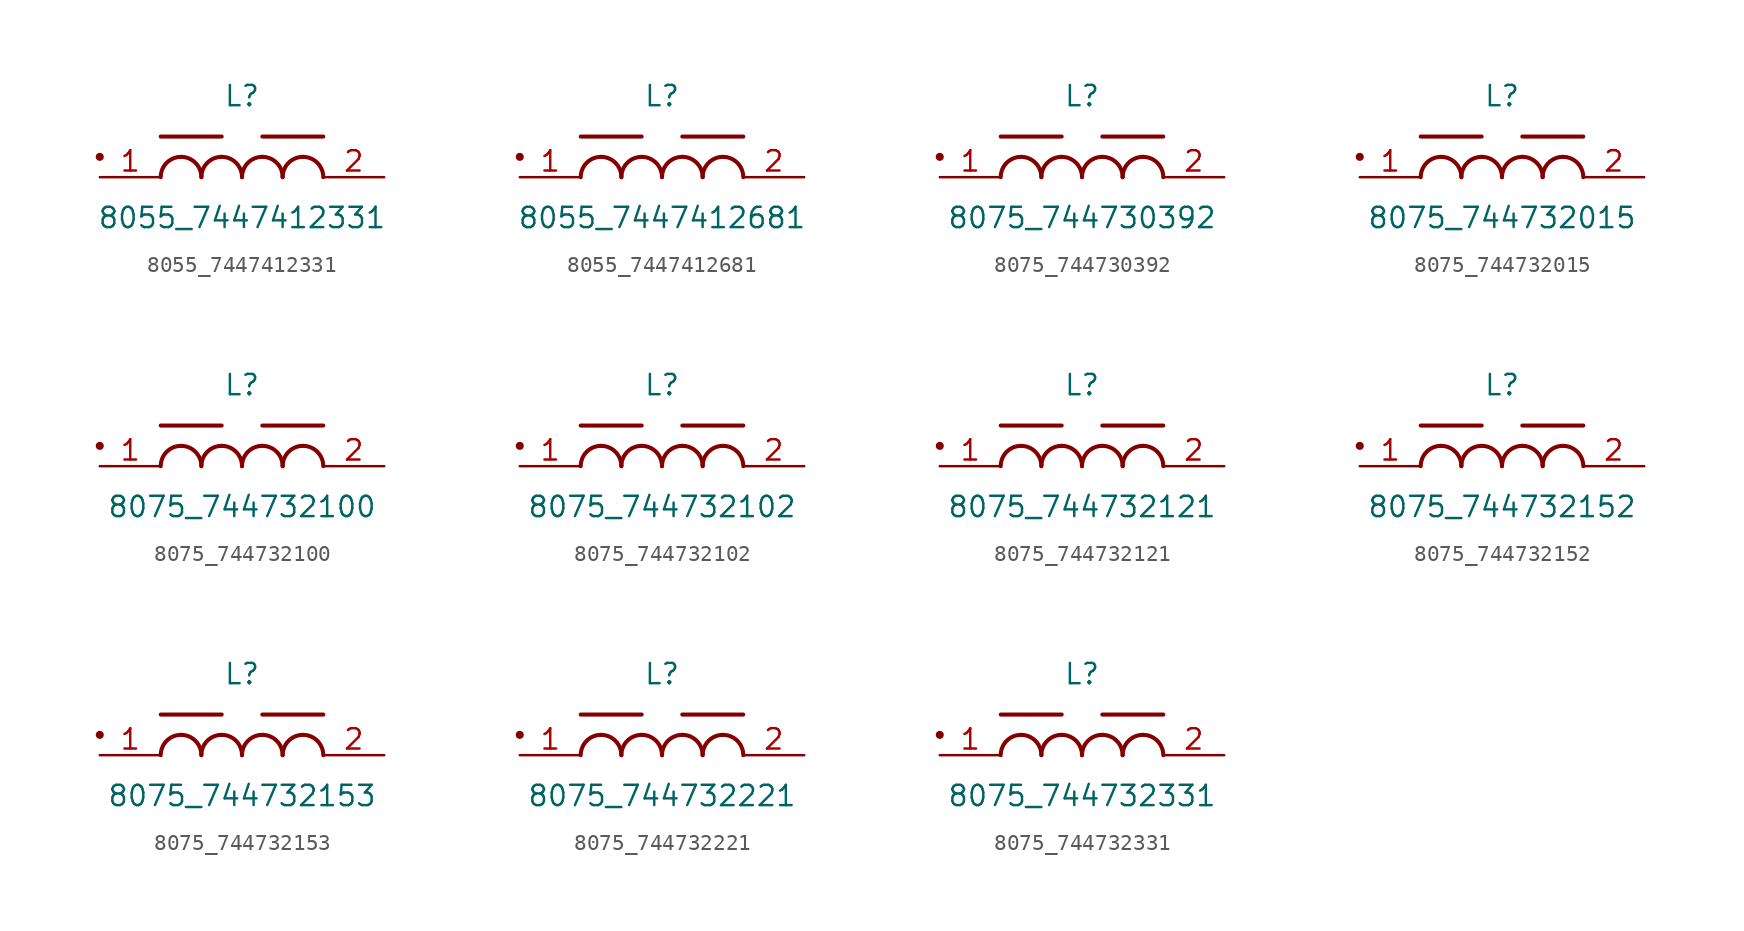
<source format=kicad_sym>
(kicad_symbol_lib
  (version 20211014)
  (generator kicad_symbol_editor)
  (symbol "Inductor_Wurth_WE-TI:8055_7447412331"
    (pin_names hide)
    (property "Reference" "L"
      (at 0 5.08 0)
      (effects (font (size 1.27 1.27))))
    (property "Value" "8055_7447412331"
      (at 0 -2.54 0)
      (effects (font (size 1.27 1.27))))
    (symbol "8055_7447412331_0_1"
      (circle (center -8.89 1.27) (radius 0.0001) (stroke (width 0.254)) (stroke (width 0.254) (type default) (color 0 0 0 0)) (fill (type none)))
      (arc (start -3.81 1.27) (mid -4.708 0.898) (end -5.08 0) (stroke (width 0.254) (type default) (color 0 0 0 0)) (fill (type none)))
      (arc (start -2.54 0) (mid -2.912 0.898) (end -3.81 1.27) (stroke (width 0.254) (type default) (color 0 0 0 0)) (fill (type none)))
      (arc (start -1.2699 1.2701) (mid -2.1679 0.8981) (end -2.5399 0.0001) (stroke (width 0.254) (type default) (color 0 0 0 0)) (fill (type none)))
      (polyline (pts (xy -5.08 2.54) (xy -1.27 2.54)) (stroke (width 0.254) (type default) (color 0 0 0 0)) (fill (type none)))
      (polyline (pts (xy 5.08 2.54) (xy 1.27 2.54)) (stroke (width 0.254) (type default) (color 0 0 0 0)) (fill (type none)))
      (arc (start 0.0001 0.0001) (mid -0.3719 0.8981) (end -1.2699 1.2701) (stroke (width 0.254) (type default) (color 0 0 0 0)) (fill (type none)))
      (arc (start 1.2701 1.2701) (mid 0.3721 0.8981) (end 0.0001 0.0001) (stroke (width 0.254) (type default) (color 0 0 0 0)) (fill (type none)))
      (arc (start 2.5401 0.0001) (mid 2.1681 0.8981) (end 1.2701 1.2701) (stroke (width 0.254) (type default) (color 0 0 0 0)) (fill (type none)))
      (arc (start 3.8101 1.2701) (mid 2.9121 0.8981) (end 2.5401 0.0001) (stroke (width 0.254) (type default) (color 0 0 0 0)) (fill (type none)))
      (arc (start 5.0801 0.0001) (mid 4.7081 0.8981) (end 3.8101 1.2701) (stroke (width 0.254) (type default) (color 0 0 0 0)) (fill (type none))))
    (symbol "8055_7447412331_1_1"
      (pin passive line (at -8.89 0 0) (length 3.81) (name "1" (effects (font (size 1.27 1.27)))) (number "1" (effects (font (size 1.27 1.27)))))
      (pin passive line (at 8.89 0 180) (length 3.81) (name "2" (effects (font (size 1.27 1.27)))) (number "2" (effects (font (size 1.27 1.27)))))))
  (symbol "Inductor_Wurth_WE-TI:8055_7447412681"
    (pin_names hide)
    (property "Reference" "L"
      (at 0 5.08 0)
      (effects (font (size 1.27 1.27))))
    (property "Value" "8055_7447412681"
      (at 0 -2.54 0)
      (effects (font (size 1.27 1.27))))
    (symbol "8055_7447412681_0_1"
      (circle (center -8.89 1.27) (radius 0.0001) (stroke (width 0.254)) (stroke (width 0.254) (type default) (color 0 0 0 0)) (fill (type none)))
      (arc (start -3.81 1.27) (mid -4.708 0.898) (end -5.08 0) (stroke (width 0.254) (type default) (color 0 0 0 0)) (fill (type none)))
      (arc (start -2.54 0) (mid -2.912 0.898) (end -3.81 1.27) (stroke (width 0.254) (type default) (color 0 0 0 0)) (fill (type none)))
      (arc (start -1.2699 1.2701) (mid -2.1679 0.8981) (end -2.5399 0.0001) (stroke (width 0.254) (type default) (color 0 0 0 0)) (fill (type none)))
      (polyline (pts (xy -5.08 2.54) (xy -1.27 2.54)) (stroke (width 0.254) (type default) (color 0 0 0 0)) (fill (type none)))
      (polyline (pts (xy 5.08 2.54) (xy 1.27 2.54)) (stroke (width 0.254) (type default) (color 0 0 0 0)) (fill (type none)))
      (arc (start 0.0001 0.0001) (mid -0.3719 0.8981) (end -1.2699 1.2701) (stroke (width 0.254) (type default) (color 0 0 0 0)) (fill (type none)))
      (arc (start 1.2701 1.2701) (mid 0.3721 0.8981) (end 0.0001 0.0001) (stroke (width 0.254) (type default) (color 0 0 0 0)) (fill (type none)))
      (arc (start 2.5401 0.0001) (mid 2.1681 0.8981) (end 1.2701 1.2701) (stroke (width 0.254) (type default) (color 0 0 0 0)) (fill (type none)))
      (arc (start 3.8101 1.2701) (mid 2.9121 0.8981) (end 2.5401 0.0001) (stroke (width 0.254) (type default) (color 0 0 0 0)) (fill (type none)))
      (arc (start 5.0801 0.0001) (mid 4.7081 0.8981) (end 3.8101 1.2701) (stroke (width 0.254) (type default) (color 0 0 0 0)) (fill (type none))))
    (symbol "8055_7447412681_1_1"
      (pin passive line (at -8.89 0 0) (length 3.81) (name "1" (effects (font (size 1.27 1.27)))) (number "1" (effects (font (size 1.27 1.27)))))
      (pin passive line (at 8.89 0 180) (length 3.81) (name "2" (effects (font (size 1.27 1.27)))) (number "2" (effects (font (size 1.27 1.27)))))))
  (symbol "Inductor_Wurth_WE-TI:8075_744730392"
    (pin_names hide)
    (property "Reference" "L"
      (at 0 5.08 0)
      (effects (font (size 1.27 1.27))))
    (property "Value" "8075_744730392"
      (at 0 -2.54 0)
      (effects (font (size 1.27 1.27))))
    (symbol "8075_744730392_0_1"
      (circle (center -8.89 1.27) (radius 0.0001) (stroke (width 0.254)) (stroke (width 0.254) (type default) (color 0 0 0 0)) (fill (type none)))
      (arc (start -3.81 1.27) (mid -4.708 0.898) (end -5.08 0) (stroke (width 0.254) (type default) (color 0 0 0 0)) (fill (type none)))
      (arc (start -2.54 0) (mid -2.912 0.898) (end -3.81 1.27) (stroke (width 0.254) (type default) (color 0 0 0 0)) (fill (type none)))
      (arc (start -1.2699 1.2701) (mid -2.1679 0.8981) (end -2.5399 0.0001) (stroke (width 0.254) (type default) (color 0 0 0 0)) (fill (type none)))
      (polyline (pts (xy -5.08 2.54) (xy -1.27 2.54)) (stroke (width 0.254) (type default) (color 0 0 0 0)) (fill (type none)))
      (polyline (pts (xy 5.08 2.54) (xy 1.27 2.54)) (stroke (width 0.254) (type default) (color 0 0 0 0)) (fill (type none)))
      (arc (start 0.0001 0.0001) (mid -0.3719 0.8981) (end -1.2699 1.2701) (stroke (width 0.254) (type default) (color 0 0 0 0)) (fill (type none)))
      (arc (start 1.2701 1.2701) (mid 0.3721 0.8981) (end 0.0001 0.0001) (stroke (width 0.254) (type default) (color 0 0 0 0)) (fill (type none)))
      (arc (start 2.5401 0.0001) (mid 2.1681 0.8981) (end 1.2701 1.2701) (stroke (width 0.254) (type default) (color 0 0 0 0)) (fill (type none)))
      (arc (start 3.8101 1.2701) (mid 2.9121 0.8981) (end 2.5401 0.0001) (stroke (width 0.254) (type default) (color 0 0 0 0)) (fill (type none)))
      (arc (start 5.0801 0.0001) (mid 4.7081 0.8981) (end 3.8101 1.2701) (stroke (width 0.254) (type default) (color 0 0 0 0)) (fill (type none))))
    (symbol "8075_744730392_1_1"
      (pin passive line (at -8.89 0 0) (length 3.81) (name "1" (effects (font (size 1.27 1.27)))) (number "1" (effects (font (size 1.27 1.27)))))
      (pin passive line (at 8.89 0 180) (length 3.81) (name "2" (effects (font (size 1.27 1.27)))) (number "2" (effects (font (size 1.27 1.27)))))))
  (symbol "Inductor_Wurth_WE-TI:8075_744732015"
    (pin_names hide)
    (property "Reference" "L"
      (at 0 5.08 0)
      (effects (font (size 1.27 1.27))))
    (property "Value" "8075_744732015"
      (at 0 -2.54 0)
      (effects (font (size 1.27 1.27))))
    (symbol "8075_744732015_0_1"
      (circle (center -8.89 1.27) (radius 0.0001) (stroke (width 0.254)) (stroke (width 0.254) (type default) (color 0 0 0 0)) (fill (type none)))
      (arc (start -3.81 1.27) (mid -4.708 0.898) (end -5.08 0) (stroke (width 0.254) (type default) (color 0 0 0 0)) (fill (type none)))
      (arc (start -2.54 0) (mid -2.912 0.898) (end -3.81 1.27) (stroke (width 0.254) (type default) (color 0 0 0 0)) (fill (type none)))
      (arc (start -1.2699 1.2701) (mid -2.1679 0.8981) (end -2.5399 0.0001) (stroke (width 0.254) (type default) (color 0 0 0 0)) (fill (type none)))
      (polyline (pts (xy -5.08 2.54) (xy -1.27 2.54)) (stroke (width 0.254) (type default) (color 0 0 0 0)) (fill (type none)))
      (polyline (pts (xy 5.08 2.54) (xy 1.27 2.54)) (stroke (width 0.254) (type default) (color 0 0 0 0)) (fill (type none)))
      (arc (start 0.0001 0.0001) (mid -0.3719 0.8981) (end -1.2699 1.2701) (stroke (width 0.254) (type default) (color 0 0 0 0)) (fill (type none)))
      (arc (start 1.2701 1.2701) (mid 0.3721 0.8981) (end 0.0001 0.0001) (stroke (width 0.254) (type default) (color 0 0 0 0)) (fill (type none)))
      (arc (start 2.5401 0.0001) (mid 2.1681 0.8981) (end 1.2701 1.2701) (stroke (width 0.254) (type default) (color 0 0 0 0)) (fill (type none)))
      (arc (start 3.8101 1.2701) (mid 2.9121 0.8981) (end 2.5401 0.0001) (stroke (width 0.254) (type default) (color 0 0 0 0)) (fill (type none)))
      (arc (start 5.0801 0.0001) (mid 4.7081 0.8981) (end 3.8101 1.2701) (stroke (width 0.254) (type default) (color 0 0 0 0)) (fill (type none))))
    (symbol "8075_744732015_1_1"
      (pin passive line (at -8.89 0 0) (length 3.81) (name "1" (effects (font (size 1.27 1.27)))) (number "1" (effects (font (size 1.27 1.27)))))
      (pin passive line (at 8.89 0 180) (length 3.81) (name "2" (effects (font (size 1.27 1.27)))) (number "2" (effects (font (size 1.27 1.27)))))))
  (symbol "Inductor_Wurth_WE-TI:8075_744732100"
    (pin_names hide)
    (property "Reference" "L"
      (at 0 5.08 0)
      (effects (font (size 1.27 1.27))))
    (property "Value" "8075_744732100"
      (at 0 -2.54 0)
      (effects (font (size 1.27 1.27))))
    (symbol "8075_744732100_0_1"
      (circle (center -8.89 1.27) (radius 0.0001) (stroke (width 0.254)) (stroke (width 0.254) (type default) (color 0 0 0 0)) (fill (type none)))
      (arc (start -3.81 1.27) (mid -4.708 0.898) (end -5.08 0) (stroke (width 0.254) (type default) (color 0 0 0 0)) (fill (type none)))
      (arc (start -2.54 0) (mid -2.912 0.898) (end -3.81 1.27) (stroke (width 0.254) (type default) (color 0 0 0 0)) (fill (type none)))
      (arc (start -1.2699 1.2701) (mid -2.1679 0.8981) (end -2.5399 0.0001) (stroke (width 0.254) (type default) (color 0 0 0 0)) (fill (type none)))
      (polyline (pts (xy -5.08 2.54) (xy -1.27 2.54)) (stroke (width 0.254) (type default) (color 0 0 0 0)) (fill (type none)))
      (polyline (pts (xy 5.08 2.54) (xy 1.27 2.54)) (stroke (width 0.254) (type default) (color 0 0 0 0)) (fill (type none)))
      (arc (start 0.0001 0.0001) (mid -0.3719 0.8981) (end -1.2699 1.2701) (stroke (width 0.254) (type default) (color 0 0 0 0)) (fill (type none)))
      (arc (start 1.2701 1.2701) (mid 0.3721 0.8981) (end 0.0001 0.0001) (stroke (width 0.254) (type default) (color 0 0 0 0)) (fill (type none)))
      (arc (start 2.5401 0.0001) (mid 2.1681 0.8981) (end 1.2701 1.2701) (stroke (width 0.254) (type default) (color 0 0 0 0)) (fill (type none)))
      (arc (start 3.8101 1.2701) (mid 2.9121 0.8981) (end 2.5401 0.0001) (stroke (width 0.254) (type default) (color 0 0 0 0)) (fill (type none)))
      (arc (start 5.0801 0.0001) (mid 4.7081 0.8981) (end 3.8101 1.2701) (stroke (width 0.254) (type default) (color 0 0 0 0)) (fill (type none))))
    (symbol "8075_744732100_1_1"
      (pin passive line (at -8.89 0 0) (length 3.81) (name "1" (effects (font (size 1.27 1.27)))) (number "1" (effects (font (size 1.27 1.27)))))
      (pin passive line (at 8.89 0 180) (length 3.81) (name "2" (effects (font (size 1.27 1.27)))) (number "2" (effects (font (size 1.27 1.27)))))))
  (symbol "Inductor_Wurth_WE-TI:8075_744732102"
    (pin_names hide)
    (property "Reference" "L"
      (at 0 5.08 0)
      (effects (font (size 1.27 1.27))))
    (property "Value" "8075_744732102"
      (at 0 -2.54 0)
      (effects (font (size 1.27 1.27))))
    (symbol "8075_744732102_0_1"
      (circle (center -8.89 1.27) (radius 0.0001) (stroke (width 0.254)) (stroke (width 0.254) (type default) (color 0 0 0 0)) (fill (type none)))
      (arc (start -3.81 1.27) (mid -4.708 0.898) (end -5.08 0) (stroke (width 0.254) (type default) (color 0 0 0 0)) (fill (type none)))
      (arc (start -2.54 0) (mid -2.912 0.898) (end -3.81 1.27) (stroke (width 0.254) (type default) (color 0 0 0 0)) (fill (type none)))
      (arc (start -1.2699 1.2701) (mid -2.1679 0.8981) (end -2.5399 0.0001) (stroke (width 0.254) (type default) (color 0 0 0 0)) (fill (type none)))
      (polyline (pts (xy -5.08 2.54) (xy -1.27 2.54)) (stroke (width 0.254) (type default) (color 0 0 0 0)) (fill (type none)))
      (polyline (pts (xy 5.08 2.54) (xy 1.27 2.54)) (stroke (width 0.254) (type default) (color 0 0 0 0)) (fill (type none)))
      (arc (start 0.0001 0.0001) (mid -0.3719 0.8981) (end -1.2699 1.2701) (stroke (width 0.254) (type default) (color 0 0 0 0)) (fill (type none)))
      (arc (start 1.2701 1.2701) (mid 0.3721 0.8981) (end 0.0001 0.0001) (stroke (width 0.254) (type default) (color 0 0 0 0)) (fill (type none)))
      (arc (start 2.5401 0.0001) (mid 2.1681 0.8981) (end 1.2701 1.2701) (stroke (width 0.254) (type default) (color 0 0 0 0)) (fill (type none)))
      (arc (start 3.8101 1.2701) (mid 2.9121 0.8981) (end 2.5401 0.0001) (stroke (width 0.254) (type default) (color 0 0 0 0)) (fill (type none)))
      (arc (start 5.0801 0.0001) (mid 4.7081 0.8981) (end 3.8101 1.2701) (stroke (width 0.254) (type default) (color 0 0 0 0)) (fill (type none))))
    (symbol "8075_744732102_1_1"
      (pin passive line (at -8.89 0 0) (length 3.81) (name "1" (effects (font (size 1.27 1.27)))) (number "1" (effects (font (size 1.27 1.27)))))
      (pin passive line (at 8.89 0 180) (length 3.81) (name "2" (effects (font (size 1.27 1.27)))) (number "2" (effects (font (size 1.27 1.27)))))))
  (symbol "Inductor_Wurth_WE-TI:8075_744732121"
    (pin_names hide)
    (property "Reference" "L"
      (at 0 5.08 0)
      (effects (font (size 1.27 1.27))))
    (property "Value" "8075_744732121"
      (at 0 -2.54 0)
      (effects (font (size 1.27 1.27))))
    (symbol "8075_744732121_0_1"
      (circle (center -8.89 1.27) (radius 0.0001) (stroke (width 0.254)) (stroke (width 0.254) (type default) (color 0 0 0 0)) (fill (type none)))
      (arc (start -3.81 1.27) (mid -4.708 0.898) (end -5.08 0) (stroke (width 0.254) (type default) (color 0 0 0 0)) (fill (type none)))
      (arc (start -2.54 0) (mid -2.912 0.898) (end -3.81 1.27) (stroke (width 0.254) (type default) (color 0 0 0 0)) (fill (type none)))
      (arc (start -1.2699 1.2701) (mid -2.1679 0.8981) (end -2.5399 0.0001) (stroke (width 0.254) (type default) (color 0 0 0 0)) (fill (type none)))
      (polyline (pts (xy -5.08 2.54) (xy -1.27 2.54)) (stroke (width 0.254) (type default) (color 0 0 0 0)) (fill (type none)))
      (polyline (pts (xy 5.08 2.54) (xy 1.27 2.54)) (stroke (width 0.254) (type default) (color 0 0 0 0)) (fill (type none)))
      (arc (start 0.0001 0.0001) (mid -0.3719 0.8981) (end -1.2699 1.2701) (stroke (width 0.254) (type default) (color 0 0 0 0)) (fill (type none)))
      (arc (start 1.2701 1.2701) (mid 0.3721 0.8981) (end 0.0001 0.0001) (stroke (width 0.254) (type default) (color 0 0 0 0)) (fill (type none)))
      (arc (start 2.5401 0.0001) (mid 2.1681 0.8981) (end 1.2701 1.2701) (stroke (width 0.254) (type default) (color 0 0 0 0)) (fill (type none)))
      (arc (start 3.8101 1.2701) (mid 2.9121 0.8981) (end 2.5401 0.0001) (stroke (width 0.254) (type default) (color 0 0 0 0)) (fill (type none)))
      (arc (start 5.0801 0.0001) (mid 4.7081 0.8981) (end 3.8101 1.2701) (stroke (width 0.254) (type default) (color 0 0 0 0)) (fill (type none))))
    (symbol "8075_744732121_1_1"
      (pin passive line (at -8.89 0 0) (length 3.81) (name "1" (effects (font (size 1.27 1.27)))) (number "1" (effects (font (size 1.27 1.27)))))
      (pin passive line (at 8.89 0 180) (length 3.81) (name "2" (effects (font (size 1.27 1.27)))) (number "2" (effects (font (size 1.27 1.27)))))))
  (symbol "Inductor_Wurth_WE-TI:8075_744732152"
    (pin_names hide)
    (property "Reference" "L"
      (at 0 5.08 0)
      (effects (font (size 1.27 1.27))))
    (property "Value" "8075_744732152"
      (at 0 -2.54 0)
      (effects (font (size 1.27 1.27))))
    (symbol "8075_744732152_0_1"
      (circle (center -8.89 1.27) (radius 0.0001) (stroke (width 0.254)) (stroke (width 0.254) (type default) (color 0 0 0 0)) (fill (type none)))
      (arc (start -3.81 1.27) (mid -4.708 0.898) (end -5.08 0) (stroke (width 0.254) (type default) (color 0 0 0 0)) (fill (type none)))
      (arc (start -2.54 0) (mid -2.912 0.898) (end -3.81 1.27) (stroke (width 0.254) (type default) (color 0 0 0 0)) (fill (type none)))
      (arc (start -1.2699 1.2701) (mid -2.1679 0.8981) (end -2.5399 0.0001) (stroke (width 0.254) (type default) (color 0 0 0 0)) (fill (type none)))
      (polyline (pts (xy -5.08 2.54) (xy -1.27 2.54)) (stroke (width 0.254) (type default) (color 0 0 0 0)) (fill (type none)))
      (polyline (pts (xy 5.08 2.54) (xy 1.27 2.54)) (stroke (width 0.254) (type default) (color 0 0 0 0)) (fill (type none)))
      (arc (start 0.0001 0.0001) (mid -0.3719 0.8981) (end -1.2699 1.2701) (stroke (width 0.254) (type default) (color 0 0 0 0)) (fill (type none)))
      (arc (start 1.2701 1.2701) (mid 0.3721 0.8981) (end 0.0001 0.0001) (stroke (width 0.254) (type default) (color 0 0 0 0)) (fill (type none)))
      (arc (start 2.5401 0.0001) (mid 2.1681 0.8981) (end 1.2701 1.2701) (stroke (width 0.254) (type default) (color 0 0 0 0)) (fill (type none)))
      (arc (start 3.8101 1.2701) (mid 2.9121 0.8981) (end 2.5401 0.0001) (stroke (width 0.254) (type default) (color 0 0 0 0)) (fill (type none)))
      (arc (start 5.0801 0.0001) (mid 4.7081 0.8981) (end 3.8101 1.2701) (stroke (width 0.254) (type default) (color 0 0 0 0)) (fill (type none))))
    (symbol "8075_744732152_1_1"
      (pin passive line (at -8.89 0 0) (length 3.81) (name "1" (effects (font (size 1.27 1.27)))) (number "1" (effects (font (size 1.27 1.27)))))
      (pin passive line (at 8.89 0 180) (length 3.81) (name "2" (effects (font (size 1.27 1.27)))) (number "2" (effects (font (size 1.27 1.27)))))))
  (symbol "Inductor_Wurth_WE-TI:8075_744732153"
    (pin_names hide)
    (property "Reference" "L"
      (at 0 5.08 0)
      (effects (font (size 1.27 1.27))))
    (property "Value" "8075_744732153"
      (at 0 -2.54 0)
      (effects (font (size 1.27 1.27))))
    (symbol "8075_744732153_0_1"
      (circle (center -8.89 1.27) (radius 0.0001) (stroke (width 0.254)) (stroke (width 0.254) (type default) (color 0 0 0 0)) (fill (type none)))
      (arc (start -3.81 1.27) (mid -4.708 0.898) (end -5.08 0) (stroke (width 0.254) (type default) (color 0 0 0 0)) (fill (type none)))
      (arc (start -2.54 0) (mid -2.912 0.898) (end -3.81 1.27) (stroke (width 0.254) (type default) (color 0 0 0 0)) (fill (type none)))
      (arc (start -1.2699 1.2701) (mid -2.1679 0.8981) (end -2.5399 0.0001) (stroke (width 0.254) (type default) (color 0 0 0 0)) (fill (type none)))
      (polyline (pts (xy -5.08 2.54) (xy -1.27 2.54)) (stroke (width 0.254) (type default) (color 0 0 0 0)) (fill (type none)))
      (polyline (pts (xy 5.08 2.54) (xy 1.27 2.54)) (stroke (width 0.254) (type default) (color 0 0 0 0)) (fill (type none)))
      (arc (start 0.0001 0.0001) (mid -0.3719 0.8981) (end -1.2699 1.2701) (stroke (width 0.254) (type default) (color 0 0 0 0)) (fill (type none)))
      (arc (start 1.2701 1.2701) (mid 0.3721 0.8981) (end 0.0001 0.0001) (stroke (width 0.254) (type default) (color 0 0 0 0)) (fill (type none)))
      (arc (start 2.5401 0.0001) (mid 2.1681 0.8981) (end 1.2701 1.2701) (stroke (width 0.254) (type default) (color 0 0 0 0)) (fill (type none)))
      (arc (start 3.8101 1.2701) (mid 2.9121 0.8981) (end 2.5401 0.0001) (stroke (width 0.254) (type default) (color 0 0 0 0)) (fill (type none)))
      (arc (start 5.0801 0.0001) (mid 4.7081 0.8981) (end 3.8101 1.2701) (stroke (width 0.254) (type default) (color 0 0 0 0)) (fill (type none))))
    (symbol "8075_744732153_1_1"
      (pin passive line (at -8.89 0 0) (length 3.81) (name "1" (effects (font (size 1.27 1.27)))) (number "1" (effects (font (size 1.27 1.27)))))
      (pin passive line (at 8.89 0 180) (length 3.81) (name "2" (effects (font (size 1.27 1.27)))) (number "2" (effects (font (size 1.27 1.27)))))))
  (symbol "Inductor_Wurth_WE-TI:8075_744732221"
    (pin_names hide)
    (property "Reference" "L"
      (at 0 5.08 0)
      (effects (font (size 1.27 1.27))))
    (property "Value" "8075_744732221"
      (at 0 -2.54 0)
      (effects (font (size 1.27 1.27))))
    (symbol "8075_744732221_0_1"
      (circle (center -8.89 1.27) (radius 0.0001) (stroke (width 0.254)) (stroke (width 0.254) (type default) (color 0 0 0 0)) (fill (type none)))
      (arc (start -3.81 1.27) (mid -4.708 0.898) (end -5.08 0) (stroke (width 0.254) (type default) (color 0 0 0 0)) (fill (type none)))
      (arc (start -2.54 0) (mid -2.912 0.898) (end -3.81 1.27) (stroke (width 0.254) (type default) (color 0 0 0 0)) (fill (type none)))
      (arc (start -1.2699 1.2701) (mid -2.1679 0.8981) (end -2.5399 0.0001) (stroke (width 0.254) (type default) (color 0 0 0 0)) (fill (type none)))
      (polyline (pts (xy -5.08 2.54) (xy -1.27 2.54)) (stroke (width 0.254) (type default) (color 0 0 0 0)) (fill (type none)))
      (polyline (pts (xy 5.08 2.54) (xy 1.27 2.54)) (stroke (width 0.254) (type default) (color 0 0 0 0)) (fill (type none)))
      (arc (start 0.0001 0.0001) (mid -0.3719 0.8981) (end -1.2699 1.2701) (stroke (width 0.254) (type default) (color 0 0 0 0)) (fill (type none)))
      (arc (start 1.2701 1.2701) (mid 0.3721 0.8981) (end 0.0001 0.0001) (stroke (width 0.254) (type default) (color 0 0 0 0)) (fill (type none)))
      (arc (start 2.5401 0.0001) (mid 2.1681 0.8981) (end 1.2701 1.2701) (stroke (width 0.254) (type default) (color 0 0 0 0)) (fill (type none)))
      (arc (start 3.8101 1.2701) (mid 2.9121 0.8981) (end 2.5401 0.0001) (stroke (width 0.254) (type default) (color 0 0 0 0)) (fill (type none)))
      (arc (start 5.0801 0.0001) (mid 4.7081 0.8981) (end 3.8101 1.2701) (stroke (width 0.254) (type default) (color 0 0 0 0)) (fill (type none))))
    (symbol "8075_744732221_1_1"
      (pin passive line (at -8.89 0 0) (length 3.81) (name "1" (effects (font (size 1.27 1.27)))) (number "1" (effects (font (size 1.27 1.27)))))
      (pin passive line (at 8.89 0 180) (length 3.81) (name "2" (effects (font (size 1.27 1.27)))) (number "2" (effects (font (size 1.27 1.27)))))))
  (symbol "Inductor_Wurth_WE-TI:8075_744732331"
    (pin_names hide)
    (property "Reference" "L"
      (at 0 5.08 0)
      (effects (font (size 1.27 1.27))))
    (property "Value" "8075_744732331"
      (at 0 -2.54 0)
      (effects (font (size 1.27 1.27))))
    (symbol "8075_744732331_0_1"
      (circle (center -8.89 1.27) (radius 0.0001) (stroke (width 0.254)) (stroke (width 0.254) (type default) (color 0 0 0 0)) (fill (type none)))
      (arc (start -3.81 1.27) (mid -4.708 0.898) (end -5.08 0) (stroke (width 0.254) (type default) (color 0 0 0 0)) (fill (type none)))
      (arc (start -2.54 0) (mid -2.912 0.898) (end -3.81 1.27) (stroke (width 0.254) (type default) (color 0 0 0 0)) (fill (type none)))
      (arc (start -1.2699 1.2701) (mid -2.1679 0.8981) (end -2.5399 0.0001) (stroke (width 0.254) (type default) (color 0 0 0 0)) (fill (type none)))
      (polyline (pts (xy -5.08 2.54) (xy -1.27 2.54)) (stroke (width 0.254) (type default) (color 0 0 0 0)) (fill (type none)))
      (polyline (pts (xy 5.08 2.54) (xy 1.27 2.54)) (stroke (width 0.254) (type default) (color 0 0 0 0)) (fill (type none)))
      (arc (start 0.0001 0.0001) (mid -0.3719 0.8981) (end -1.2699 1.2701) (stroke (width 0.254) (type default) (color 0 0 0 0)) (fill (type none)))
      (arc (start 1.2701 1.2701) (mid 0.3721 0.8981) (end 0.0001 0.0001) (stroke (width 0.254) (type default) (color 0 0 0 0)) (fill (type none)))
      (arc (start 2.5401 0.0001) (mid 2.1681 0.8981) (end 1.2701 1.2701) (stroke (width 0.254) (type default) (color 0 0 0 0)) (fill (type none)))
      (arc (start 3.8101 1.2701) (mid 2.9121 0.8981) (end 2.5401 0.0001) (stroke (width 0.254) (type default) (color 0 0 0 0)) (fill (type none)))
      (arc (start 5.0801 0.0001) (mid 4.7081 0.8981) (end 3.8101 1.2701) (stroke (width 0.254) (type default) (color 0 0 0 0)) (fill (type none))))
    (symbol "8075_744732331_1_1"
      (pin passive line (at -8.89 0 0) (length 3.81) (name "1" (effects (font (size 1.27 1.27)))) (number "1" (effects (font (size 1.27 1.27)))))
      (pin passive line (at 8.89 0 180) (length 3.81) (name "2" (effects (font (size 1.27 1.27)))) (number "2" (effects (font (size 1.27 1.27))))))))
</source>
